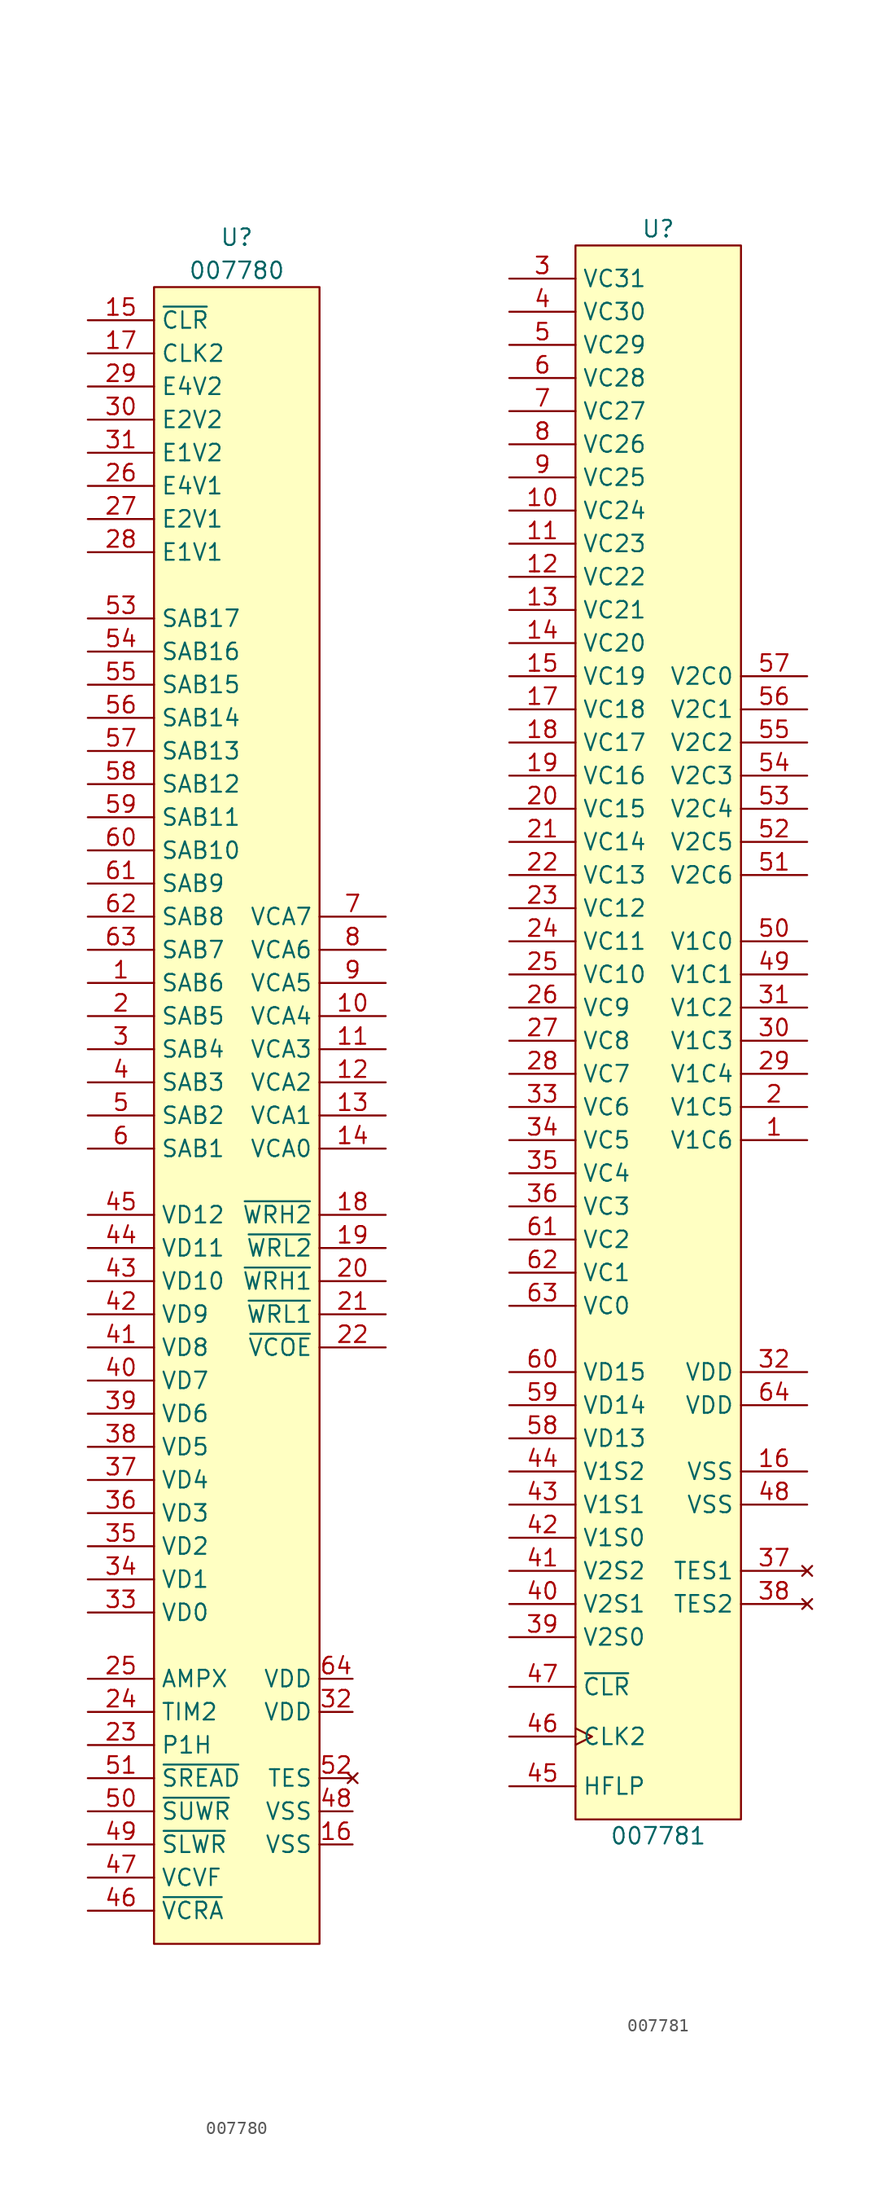
<source format=kicad_sym>
(kicad_symbol_lib
  (version 20231120)
  (generator "kicad_symbol_editor")
  (generator_version "8.0")
  (symbol "007780"
    (property "Reference" "U"
      (at 0 67.31 0)
      (effects (font (size 1.27 1.27))))
    (property "Value" "007780"
      (at 0 64.77 0)
      (effects (font (size 1.27 1.27))))
    (symbol "007780_0_0"
      (pin input line (at -11.43 10.16 0) (length 5.08) (name "SAB6" (effects (font (size 1.27 1.27)))) (number "1" (effects (font (size 1.27 1.27)))))
      (pin output line (at 11.43 7.62 180) (length 5.08) (name "VCA4" (effects (font (size 1.27 1.27)))) (number "10" (effects (font (size 1.27 1.27)))))
      (pin output line (at 11.43 5.08 180) (length 5.08) (name "VCA3" (effects (font (size 1.27 1.27)))) (number "11" (effects (font (size 1.27 1.27)))))
      (pin output line (at 11.43 2.54 180) (length 5.08) (name "VCA2" (effects (font (size 1.27 1.27)))) (number "12" (effects (font (size 1.27 1.27)))))
      (pin output line (at 11.43 0 180) (length 5.08) (name "VCA1" (effects (font (size 1.27 1.27)))) (number "13" (effects (font (size 1.27 1.27)))))
      (pin output line (at 11.43 -2.54 180) (length 5.08) (name "VCA0" (effects (font (size 1.27 1.27)))) (number "14" (effects (font (size 1.27 1.27)))))
      (pin input line (at -11.43 60.96 0) (length 5.08) (name "~{CLR}" (effects (font (size 1.27 1.27)))) (number "15" (effects (font (size 1.27 1.27)))))
      (pin power_in line (at 8.89 -55.88 180) (length 2.54) (name "VSS" (effects (font (size 1.27 1.27)))) (number "16" (effects (font (size 1.27 1.27)))))
      (pin input line (at -11.43 58.42 0) (length 5.08) (name "CLK2" (effects (font (size 1.27 1.27)))) (number "17" (effects (font (size 1.27 1.27)))))
      (pin output line (at 11.43 -7.62 180) (length 5.08) (name "~{WRH2}" (effects (font (size 1.27 1.27)))) (number "18" (effects (font (size 1.27 1.27)))))
      (pin output line (at 11.43 -10.16 180) (length 5.08) (name "~{WRL2}" (effects (font (size 1.27 1.27)))) (number "19" (effects (font (size 1.27 1.27)))))
      (pin input line (at -11.43 7.62 0) (length 5.08) (name "SAB5" (effects (font (size 1.27 1.27)))) (number "2" (effects (font (size 1.27 1.27)))))
      (pin output line (at 11.43 -12.7 180) (length 5.08) (name "~{WRH1}" (effects (font (size 1.27 1.27)))) (number "20" (effects (font (size 1.27 1.27)))))
      (pin output line (at 11.43 -15.24 180) (length 5.08) (name "~{WRL1}" (effects (font (size 1.27 1.27)))) (number "21" (effects (font (size 1.27 1.27)))))
      (pin output line (at 11.43 -17.78 180) (length 5.08) (name "~{VCOE}" (effects (font (size 1.27 1.27)))) (number "22" (effects (font (size 1.27 1.27)))))
      (pin input line (at -11.43 -48.26 0) (length 5.08) (name "P1H" (effects (font (size 1.27 1.27)))) (number "23" (effects (font (size 1.27 1.27)))))
      (pin input line (at -11.43 -45.72 0) (length 5.08) (name "TIM2" (effects (font (size 1.27 1.27)))) (number "24" (effects (font (size 1.27 1.27)))))
      (pin input line (at -11.43 -43.18 0) (length 5.08) (name "AMPX" (effects (font (size 1.27 1.27)))) (number "25" (effects (font (size 1.27 1.27)))))
      (pin input line (at -11.43 48.26 0) (length 5.08) (name "E4V1" (effects (font (size 1.27 1.27)))) (number "26" (effects (font (size 1.27 1.27)))))
      (pin input line (at -11.43 45.72 0) (length 5.08) (name "E2V1" (effects (font (size 1.27 1.27)))) (number "27" (effects (font (size 1.27 1.27)))))
      (pin input line (at -11.43 43.18 0) (length 5.08) (name "E1V1" (effects (font (size 1.27 1.27)))) (number "28" (effects (font (size 1.27 1.27)))))
      (pin input line (at -11.43 55.88 0) (length 5.08) (name "E4V2" (effects (font (size 1.27 1.27)))) (number "29" (effects (font (size 1.27 1.27)))))
      (pin input line (at -11.43 5.08 0) (length 5.08) (name "SAB4" (effects (font (size 1.27 1.27)))) (number "3" (effects (font (size 1.27 1.27)))))
      (pin input line (at -11.43 53.34 0) (length 5.08) (name "E2V2" (effects (font (size 1.27 1.27)))) (number "30" (effects (font (size 1.27 1.27)))))
      (pin power_in line (at 8.89 -45.72 180) (length 2.54) (name "VDD" (effects (font (size 1.27 1.27)))) (number "32" (effects (font (size 1.27 1.27)))))
      (pin input line (at -11.43 -38.1 0) (length 5.08) (name "VD0" (effects (font (size 1.27 1.27)))) (number "33" (effects (font (size 1.27 1.27)))))
      (pin input line (at -11.43 -35.56 0) (length 5.08) (name "VD1" (effects (font (size 1.27 1.27)))) (number "34" (effects (font (size 1.27 1.27)))))
      (pin input line (at -11.43 -33.02 0) (length 5.08) (name "VD2" (effects (font (size 1.27 1.27)))) (number "35" (effects (font (size 1.27 1.27)))))
      (pin input line (at -11.43 -30.48 0) (length 5.08) (name "VD3" (effects (font (size 1.27 1.27)))) (number "36" (effects (font (size 1.27 1.27)))))
      (pin input line (at -11.43 -27.94 0) (length 5.08) (name "VD4" (effects (font (size 1.27 1.27)))) (number "37" (effects (font (size 1.27 1.27)))))
      (pin input line (at -11.43 -25.4 0) (length 5.08) (name "VD5" (effects (font (size 1.27 1.27)))) (number "38" (effects (font (size 1.27 1.27)))))
      (pin input line (at -11.43 -22.86 0) (length 5.08) (name "VD6" (effects (font (size 1.27 1.27)))) (number "39" (effects (font (size 1.27 1.27)))))
      (pin input line (at -11.43 2.54 0) (length 5.08) (name "SAB3" (effects (font (size 1.27 1.27)))) (number "4" (effects (font (size 1.27 1.27)))))
      (pin input line (at -11.43 -20.32 0) (length 5.08) (name "VD7" (effects (font (size 1.27 1.27)))) (number "40" (effects (font (size 1.27 1.27)))))
      (pin input line (at -11.43 -17.78 0) (length 5.08) (name "VD8" (effects (font (size 1.27 1.27)))) (number "41" (effects (font (size 1.27 1.27)))))
      (pin input line (at -11.43 -15.24 0) (length 5.08) (name "VD9" (effects (font (size 1.27 1.27)))) (number "42" (effects (font (size 1.27 1.27)))))
      (pin input line (at -11.43 -12.7 0) (length 5.08) (name "VD10" (effects (font (size 1.27 1.27)))) (number "43" (effects (font (size 1.27 1.27)))))
      (pin input line (at -11.43 -10.16 0) (length 5.08) (name "VD11" (effects (font (size 1.27 1.27)))) (number "44" (effects (font (size 1.27 1.27)))))
      (pin input line (at -11.43 -7.62 0) (length 5.08) (name "VD12" (effects (font (size 1.27 1.27)))) (number "45" (effects (font (size 1.27 1.27)))))
      (pin input line (at -11.43 -60.96 0) (length 5.08) (name "~{VCRA}" (effects (font (size 1.27 1.27)))) (number "46" (effects (font (size 1.27 1.27)))))
      (pin input line (at -11.43 -58.42 0) (length 5.08) (name "VCVF" (effects (font (size 1.27 1.27)))) (number "47" (effects (font (size 1.27 1.27)))))
      (pin power_in line (at 8.89 -53.34 180) (length 2.54) (name "VSS" (effects (font (size 1.27 1.27)))) (number "48" (effects (font (size 1.27 1.27)))))
      (pin input line (at -11.43 -55.88 0) (length 5.08) (name "~{SLWR}" (effects (font (size 1.27 1.27)))) (number "49" (effects (font (size 1.27 1.27)))))
      (pin input line (at -11.43 0 0) (length 5.08) (name "SAB2" (effects (font (size 1.27 1.27)))) (number "5" (effects (font (size 1.27 1.27)))))
      (pin input line (at -11.43 -53.34 0) (length 5.08) (name "~{SUWR}" (effects (font (size 1.27 1.27)))) (number "50" (effects (font (size 1.27 1.27)))))
      (pin input line (at -11.43 -50.8 0) (length 5.08) (name "~{SREAD}" (effects (font (size 1.27 1.27)))) (number "51" (effects (font (size 1.27 1.27)))))
      (pin input line (at -11.43 38.1 0) (length 5.08) (name "SAB17" (effects (font (size 1.27 1.27)))) (number "53" (effects (font (size 1.27 1.27)))))
      (pin input line (at -11.43 35.56 0) (length 5.08) (name "SAB16" (effects (font (size 1.27 1.27)))) (number "54" (effects (font (size 1.27 1.27)))))
      (pin input line (at -11.43 33.02 0) (length 5.08) (name "SAB15" (effects (font (size 1.27 1.27)))) (number "55" (effects (font (size 1.27 1.27)))))
      (pin input line (at -11.43 30.48 0) (length 5.08) (name "SAB14" (effects (font (size 1.27 1.27)))) (number "56" (effects (font (size 1.27 1.27)))))
      (pin input line (at -11.43 27.94 0) (length 5.08) (name "SAB13" (effects (font (size 1.27 1.27)))) (number "57" (effects (font (size 1.27 1.27)))))
      (pin input line (at -11.43 25.4 0) (length 5.08) (name "SAB12" (effects (font (size 1.27 1.27)))) (number "58" (effects (font (size 1.27 1.27)))))
      (pin input line (at -11.43 22.86 0) (length 5.08) (name "SAB11" (effects (font (size 1.27 1.27)))) (number "59" (effects (font (size 1.27 1.27)))))
      (pin input line (at -11.43 -2.54 0) (length 5.08) (name "SAB1" (effects (font (size 1.27 1.27)))) (number "6" (effects (font (size 1.27 1.27)))))
      (pin input line (at -11.43 20.32 0) (length 5.08) (name "SAB10" (effects (font (size 1.27 1.27)))) (number "60" (effects (font (size 1.27 1.27)))))
      (pin input line (at -11.43 17.78 0) (length 5.08) (name "SAB9" (effects (font (size 1.27 1.27)))) (number "61" (effects (font (size 1.27 1.27)))))
      (pin input line (at -11.43 15.24 0) (length 5.08) (name "SAB8" (effects (font (size 1.27 1.27)))) (number "62" (effects (font (size 1.27 1.27)))))
      (pin input line (at -11.43 12.7 0) (length 5.08) (name "SAB7" (effects (font (size 1.27 1.27)))) (number "63" (effects (font (size 1.27 1.27)))))
      (pin power_in line (at 8.89 -43.18 180) (length 2.54) (name "VDD" (effects (font (size 1.27 1.27)))) (number "64" (effects (font (size 1.27 1.27)))))
      (pin output line (at 11.43 15.24 180) (length 5.08) (name "VCA7" (effects (font (size 1.27 1.27)))) (number "7" (effects (font (size 1.27 1.27)))))
      (pin output line (at 11.43 12.7 180) (length 5.08) (name "VCA6" (effects (font (size 1.27 1.27)))) (number "8" (effects (font (size 1.27 1.27)))))
      (pin output line (at 11.43 10.16 180) (length 5.08) (name "VCA5" (effects (font (size 1.27 1.27)))) (number "9" (effects (font (size 1.27 1.27))))))
    (symbol "007780_0_1"
      (rectangle (start -6.35 63.5) (end 6.35 -63.5) (stroke (width 0) (type default)) (fill (type background))))
    (symbol "007780_1_0"
      (pin input line (at -11.43 50.8 0) (length 5.08) (name "E1V2" (effects (font (size 1.27 1.27)))) (number "31" (effects (font (size 1.27 1.27)))))
      (pin no_connect line (at 8.89 -50.8 180) (length 2.54) (name "TES" (effects (font (size 1.27 1.27)))) (number "52" (effects (font (size 1.27 1.27)))))))
  (symbol "007781"
    (property "Reference" "U"
      (at 0 62.23 0)
      (effects (font (size 1.27 1.27))))
    (property "Value" "007781"
      (at 0 -60.96 0)
      (effects (font (size 1.27 1.27))))
    (symbol "007781_0_1"
      (rectangle (start -6.35 60.96) (end 6.35 -59.69) (stroke (width 0) (type default)) (fill (type background))))
    (symbol "007781_1_1"
      (pin output line (at 11.43 -7.62 180) (length 5.08) (name "V1C6" (effects (font (size 1.27 1.27)))) (number "1" (effects (font (size 1.27 1.27)))))
      (pin input line (at -11.43 40.64 0) (length 5.08) (name "VC24" (effects (font (size 1.27 1.27)))) (number "10" (effects (font (size 1.27 1.27)))))
      (pin input line (at -11.43 38.1 0) (length 5.08) (name "VC23" (effects (font (size 1.27 1.27)))) (number "11" (effects (font (size 1.27 1.27)))))
      (pin input line (at -11.43 35.56 0) (length 5.08) (name "VC22" (effects (font (size 1.27 1.27)))) (number "12" (effects (font (size 1.27 1.27)))))
      (pin input line (at -11.43 33.02 0) (length 5.08) (name "VC21" (effects (font (size 1.27 1.27)))) (number "13" (effects (font (size 1.27 1.27)))))
      (pin input line (at -11.43 30.48 0) (length 5.08) (name "VC20" (effects (font (size 1.27 1.27)))) (number "14" (effects (font (size 1.27 1.27)))))
      (pin input line (at -11.43 27.94 0) (length 5.08) (name "VC19" (effects (font (size 1.27 1.27)))) (number "15" (effects (font (size 1.27 1.27)))))
      (pin power_in line (at 11.43 -33.02 180) (length 5.08) (name "VSS" (effects (font (size 1.27 1.27)))) (number "16" (effects (font (size 1.27 1.27)))))
      (pin input line (at -11.43 25.4 0) (length 5.08) (name "VC18" (effects (font (size 1.27 1.27)))) (number "17" (effects (font (size 1.27 1.27)))))
      (pin input line (at -11.43 22.86 0) (length 5.08) (name "VC17" (effects (font (size 1.27 1.27)))) (number "18" (effects (font (size 1.27 1.27)))))
      (pin input line (at -11.43 20.32 0) (length 5.08) (name "VC16" (effects (font (size 1.27 1.27)))) (number "19" (effects (font (size 1.27 1.27)))))
      (pin output line (at 11.43 -5.08 180) (length 5.08) (name "V1C5" (effects (font (size 1.27 1.27)))) (number "2" (effects (font (size 1.27 1.27)))))
      (pin input line (at -11.43 17.78 0) (length 5.08) (name "VC15" (effects (font (size 1.27 1.27)))) (number "20" (effects (font (size 1.27 1.27)))))
      (pin input line (at -11.43 15.24 0) (length 5.08) (name "VC14" (effects (font (size 1.27 1.27)))) (number "21" (effects (font (size 1.27 1.27)))))
      (pin input line (at -11.43 12.7 0) (length 5.08) (name "VC13" (effects (font (size 1.27 1.27)))) (number "22" (effects (font (size 1.27 1.27)))))
      (pin input line (at -11.43 10.16 0) (length 5.08) (name "VC12" (effects (font (size 1.27 1.27)))) (number "23" (effects (font (size 1.27 1.27)))))
      (pin input line (at -11.43 7.62 0) (length 5.08) (name "VC11" (effects (font (size 1.27 1.27)))) (number "24" (effects (font (size 1.27 1.27)))))
      (pin input line (at -11.43 5.08 0) (length 5.08) (name "VC10" (effects (font (size 1.27 1.27)))) (number "25" (effects (font (size 1.27 1.27)))))
      (pin input line (at -11.43 2.54 0) (length 5.08) (name "VC9" (effects (font (size 1.27 1.27)))) (number "26" (effects (font (size 1.27 1.27)))))
      (pin input line (at -11.43 0 0) (length 5.08) (name "VC8" (effects (font (size 1.27 1.27)))) (number "27" (effects (font (size 1.27 1.27)))))
      (pin input line (at -11.43 -2.54 0) (length 5.08) (name "VC7" (effects (font (size 1.27 1.27)))) (number "28" (effects (font (size 1.27 1.27)))))
      (pin output line (at 11.43 -2.54 180) (length 5.08) (name "V1C4" (effects (font (size 1.27 1.27)))) (number "29" (effects (font (size 1.27 1.27)))))
      (pin input line (at -11.43 58.42 0) (length 5.08) (name "VC31" (effects (font (size 1.27 1.27)))) (number "3" (effects (font (size 1.27 1.27)))))
      (pin output line (at 11.43 0 180) (length 5.08) (name "V1C3" (effects (font (size 1.27 1.27)))) (number "30" (effects (font (size 1.27 1.27)))))
      (pin output line (at 11.43 2.54 180) (length 5.08) (name "V1C2" (effects (font (size 1.27 1.27)))) (number "31" (effects (font (size 1.27 1.27)))))
      (pin power_in line (at 11.43 -25.4 180) (length 5.08) (name "VDD" (effects (font (size 1.27 1.27)))) (number "32" (effects (font (size 1.27 1.27)))))
      (pin input line (at -11.43 -5.08 0) (length 5.08) (name "VC6" (effects (font (size 1.27 1.27)))) (number "33" (effects (font (size 1.27 1.27)))))
      (pin input line (at -11.43 -7.62 0) (length 5.08) (name "VC5" (effects (font (size 1.27 1.27)))) (number "34" (effects (font (size 1.27 1.27)))))
      (pin input line (at -11.43 -10.16 0) (length 5.08) (name "VC4" (effects (font (size 1.27 1.27)))) (number "35" (effects (font (size 1.27 1.27)))))
      (pin input line (at -11.43 -12.7 0) (length 5.08) (name "VC3" (effects (font (size 1.27 1.27)))) (number "36" (effects (font (size 1.27 1.27)))))
      (pin no_connect line (at 11.43 -40.64 180) (length 5.08) (name "TES1" (effects (font (size 1.27 1.27)))) (number "37" (effects (font (size 1.27 1.27)))))
      (pin no_connect line (at 11.43 -43.18 180) (length 5.08) (name "TES2" (effects (font (size 1.27 1.27)))) (number "38" (effects (font (size 1.27 1.27)))))
      (pin input line (at -11.43 -45.72 0) (length 5.08) (name "V2S0" (effects (font (size 1.27 1.27)))) (number "39" (effects (font (size 1.27 1.27)))))
      (pin input line (at -11.43 55.88 0) (length 5.08) (name "VC30" (effects (font (size 1.27 1.27)))) (number "4" (effects (font (size 1.27 1.27)))))
      (pin input line (at -11.43 -43.18 0) (length 5.08) (name "V2S1" (effects (font (size 1.27 1.27)))) (number "40" (effects (font (size 1.27 1.27)))))
      (pin input line (at -11.43 -40.64 0) (length 5.08) (name "V2S2" (effects (font (size 1.27 1.27)))) (number "41" (effects (font (size 1.27 1.27)))))
      (pin input line (at -11.43 -38.1 0) (length 5.08) (name "V1S0" (effects (font (size 1.27 1.27)))) (number "42" (effects (font (size 1.27 1.27)))))
      (pin input line (at -11.43 -35.56 0) (length 5.08) (name "V1S1" (effects (font (size 1.27 1.27)))) (number "43" (effects (font (size 1.27 1.27)))))
      (pin input line (at -11.43 -33.02 0) (length 5.08) (name "V1S2" (effects (font (size 1.27 1.27)))) (number "44" (effects (font (size 1.27 1.27)))))
      (pin input line (at -11.43 -57.15 0) (length 5.08) (name "HFLP" (effects (font (size 1.27 1.27)))) (number "45" (effects (font (size 1.27 1.27)))))
      (pin input clock (at -11.43 -53.34 0) (length 5.08) (name "CLK2" (effects (font (size 1.27 1.27)))) (number "46" (effects (font (size 1.27 1.27)))))
      (pin input line (at -11.43 -49.53 0) (length 5.08) (name "~{CLR}" (effects (font (size 1.27 1.27)))) (number "47" (effects (font (size 1.27 1.27)))))
      (pin power_in line (at 11.43 -35.56 180) (length 5.08) (name "VSS" (effects (font (size 1.27 1.27)))) (number "48" (effects (font (size 1.27 1.27)))))
      (pin output line (at 11.43 5.08 180) (length 5.08) (name "V1C1" (effects (font (size 1.27 1.27)))) (number "49" (effects (font (size 1.27 1.27)))))
      (pin input line (at -11.43 53.34 0) (length 5.08) (name "VC29" (effects (font (size 1.27 1.27)))) (number "5" (effects (font (size 1.27 1.27)))))
      (pin output line (at 11.43 7.62 180) (length 5.08) (name "V1C0" (effects (font (size 1.27 1.27)))) (number "50" (effects (font (size 1.27 1.27)))))
      (pin output line (at 11.43 12.7 180) (length 5.08) (name "V2C6" (effects (font (size 1.27 1.27)))) (number "51" (effects (font (size 1.27 1.27)))))
      (pin output line (at 11.43 15.24 180) (length 5.08) (name "V2C5" (effects (font (size 1.27 1.27)))) (number "52" (effects (font (size 1.27 1.27)))))
      (pin output line (at 11.43 17.78 180) (length 5.08) (name "V2C4" (effects (font (size 1.27 1.27)))) (number "53" (effects (font (size 1.27 1.27)))))
      (pin output line (at 11.43 20.32 180) (length 5.08) (name "V2C3" (effects (font (size 1.27 1.27)))) (number "54" (effects (font (size 1.27 1.27)))))
      (pin output line (at 11.43 22.86 180) (length 5.08) (name "V2C2" (effects (font (size 1.27 1.27)))) (number "55" (effects (font (size 1.27 1.27)))))
      (pin output line (at 11.43 25.4 180) (length 5.08) (name "V2C1" (effects (font (size 1.27 1.27)))) (number "56" (effects (font (size 1.27 1.27)))))
      (pin output line (at 11.43 27.94 180) (length 5.08) (name "V2C0" (effects (font (size 1.27 1.27)))) (number "57" (effects (font (size 1.27 1.27)))))
      (pin input line (at -11.43 -30.48 0) (length 5.08) (name "VD13" (effects (font (size 1.27 1.27)))) (number "58" (effects (font (size 1.27 1.27)))))
      (pin input line (at -11.43 -27.94 0) (length 5.08) (name "VD14" (effects (font (size 1.27 1.27)))) (number "59" (effects (font (size 1.27 1.27)))))
      (pin input line (at -11.43 50.8 0) (length 5.08) (name "VC28" (effects (font (size 1.27 1.27)))) (number "6" (effects (font (size 1.27 1.27)))))
      (pin input line (at -11.43 -25.4 0) (length 5.08) (name "VD15" (effects (font (size 1.27 1.27)))) (number "60" (effects (font (size 1.27 1.27)))))
      (pin input line (at -11.43 -15.24 0) (length 5.08) (name "VC2" (effects (font (size 1.27 1.27)))) (number "61" (effects (font (size 1.27 1.27)))))
      (pin input line (at -11.43 -17.78 0) (length 5.08) (name "VC1" (effects (font (size 1.27 1.27)))) (number "62" (effects (font (size 1.27 1.27)))))
      (pin input line (at -11.43 -20.32 0) (length 5.08) (name "VC0" (effects (font (size 1.27 1.27)))) (number "63" (effects (font (size 1.27 1.27)))))
      (pin power_in line (at 11.43 -27.94 180) (length 5.08) (name "VDD" (effects (font (size 1.27 1.27)))) (number "64" (effects (font (size 1.27 1.27)))))
      (pin input line (at -11.43 48.26 0) (length 5.08) (name "VC27" (effects (font (size 1.27 1.27)))) (number "7" (effects (font (size 1.27 1.27)))))
      (pin input line (at -11.43 45.72 0) (length 5.08) (name "VC26" (effects (font (size 1.27 1.27)))) (number "8" (effects (font (size 1.27 1.27)))))
      (pin input line (at -11.43 43.18 0) (length 5.08) (name "VC25" (effects (font (size 1.27 1.27)))) (number "9" (effects (font (size 1.27 1.27))))))))
</source>
